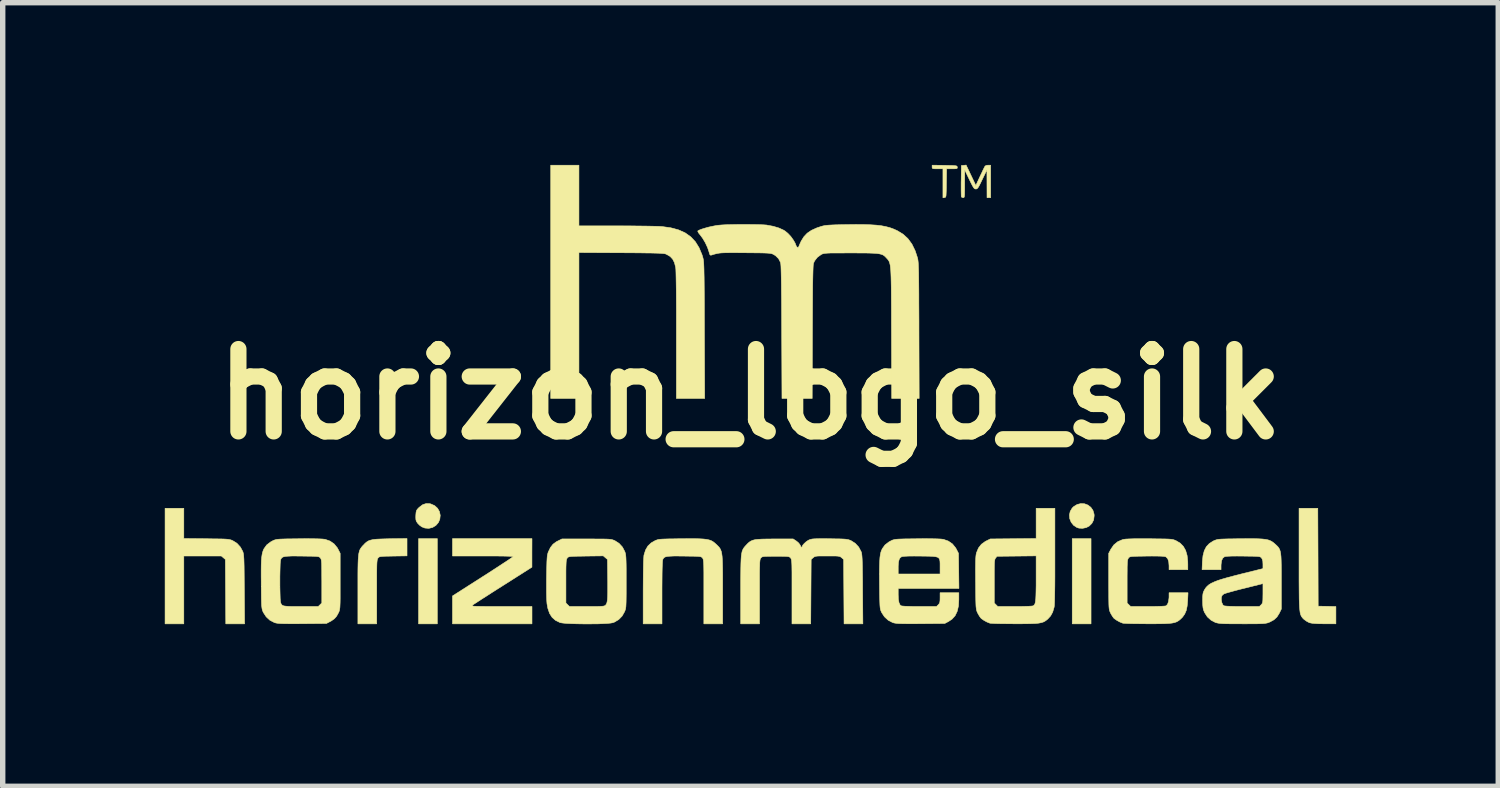
<source format=kicad_pcb>
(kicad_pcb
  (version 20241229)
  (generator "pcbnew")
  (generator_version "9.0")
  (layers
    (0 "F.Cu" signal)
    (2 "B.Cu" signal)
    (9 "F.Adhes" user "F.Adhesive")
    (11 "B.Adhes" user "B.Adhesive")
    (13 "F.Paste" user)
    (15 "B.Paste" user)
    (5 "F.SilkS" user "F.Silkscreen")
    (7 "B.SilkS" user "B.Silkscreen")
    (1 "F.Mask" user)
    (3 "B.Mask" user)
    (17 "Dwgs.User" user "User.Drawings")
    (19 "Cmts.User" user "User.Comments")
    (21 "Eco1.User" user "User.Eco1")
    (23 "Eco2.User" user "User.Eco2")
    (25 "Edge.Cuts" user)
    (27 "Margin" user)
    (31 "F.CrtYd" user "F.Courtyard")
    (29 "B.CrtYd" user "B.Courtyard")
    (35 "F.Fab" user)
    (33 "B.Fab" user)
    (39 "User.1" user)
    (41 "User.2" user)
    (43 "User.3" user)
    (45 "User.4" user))
  (footprint "horizon_logo_silk"
    (layer "F.Cu")
    (at 10.833 4.245)
    (property "Reference" "horizon_logo_silk" (at 0 0 0) (layer "F.SilkS") (effects (font (size 1.524 1.524) (thickness 0.3))))
    (attr through_hole)
    (fp_poly (pts (xy -5.789 4.251) (xy -6.136 4.251) (xy -6.136 2.674) (xy -5.789 2.674) (xy -5.789 4.251)) (stroke (width 0.01) (type solid)) (fill yes) (layer "F.SilkS"))
    (fp_poly (pts (xy 6.31 4.251) (xy 5.962 4.251) (xy 5.962 2.674) (xy 6.31 2.674) (xy 6.31 4.251)) (stroke (width 0.01) (type solid)) (fill yes) (layer "F.SilkS"))
    (fp_poly (pts (xy 6.19 2.029) (xy 6.253 2.053) (xy 6.306 2.094) (xy 6.345 2.15) (xy 6.366 2.22) (xy 6.368 2.25) (xy 6.358 2.328) (xy 6.326 2.391) (xy 6.276 2.441) (xy 6.22 2.47) (xy 6.154 2.483) (xy 6.088 2.48) (xy 6.049 2.468) (xy 5.986 2.426) (xy 5.942 2.37) (xy 5.916 2.305) (xy 5.91 2.237) (xy 5.925 2.169) (xy 5.961 2.109) (xy 5.988 2.082) (xy 6.053 2.042) (xy 6.122 2.025) (xy 6.19 2.029)) (stroke (width 0.01) (type solid)) (fill yes) (layer "F.SilkS"))
    (fp_poly (pts (xy -5.928 2.027) (xy -5.91 2.032) (xy -5.839 2.063) (xy -5.785 2.112) (xy -5.75 2.173) (xy -5.735 2.243) (xy -5.743 2.315) (xy -5.768 2.374) (xy -5.816 2.43) (xy -5.877 2.467) (xy -5.947 2.484) (xy -6.019 2.478) (xy -6.076 2.456) (xy -6.117 2.426) (xy -6.154 2.388) (xy -6.16 2.379) (xy -6.178 2.35) (xy -6.186 2.32) (xy -6.188 2.28) (xy -6.187 2.241) (xy -6.183 2.192) (xy -6.176 2.159) (xy -6.161 2.133) (xy -6.135 2.105) (xy -6.122 2.093) (xy -6.06 2.046) (xy -5.996 2.025) (xy -5.928 2.027)) (stroke (width 0.01) (type solid)) (fill yes) (layer "F.SilkS"))
    (fp_poly (pts (xy 10.511 3.018) (xy 10.514 3.924) (xy 10.678 3.927) (xy 10.842 3.931) (xy 10.842 4.251) (xy 10.625 4.25) (xy 10.528 4.249) (xy 10.454 4.245) (xy 10.4 4.24) (xy 10.36 4.232) (xy 10.349 4.229) (xy 10.303 4.205) (xy 10.257 4.173) (xy 10.246 4.163) (xy 10.23 4.147) (xy 10.217 4.131) (xy 10.205 4.114) (xy 10.195 4.094) (xy 10.186 4.068) (xy 10.179 4.036) (xy 10.174 3.994) (xy 10.169 3.942) (xy 10.166 3.877) (xy 10.163 3.797) (xy 10.162 3.7) (xy 10.161 3.585) (xy 10.16 3.45) (xy 10.16 3.292) (xy 10.16 3.11) (xy 10.16 2.112) (xy 10.507 2.112) (xy 10.511 3.018)) (stroke (width 0.01) (type solid)) (fill yes) (layer "F.SilkS"))
    (fp_poly (pts (xy 3.599 -4.235) (xy 3.683 -4.233) (xy 3.743 -4.232) (xy 3.785 -4.229) (xy 3.811 -4.226) (xy 3.825 -4.221) (xy 3.832 -4.213) (xy 3.834 -4.202) (xy 3.834 -4.201) (xy 3.835 -4.186) (xy 3.828 -4.177) (xy 3.808 -4.172) (xy 3.77 -4.171) (xy 3.738 -4.171) (xy 3.637 -4.171) (xy 3.633 -3.907) (xy 3.632 -3.817) (xy 3.63 -3.75) (xy 3.628 -3.703) (xy 3.626 -3.672) (xy 3.621 -3.653) (xy 3.615 -3.644) (xy 3.606 -3.64) (xy 3.599 -3.639) (xy 3.569 -3.634) (xy 3.569 -4.171) (xy 3.469 -4.171) (xy 3.418 -4.171) (xy 3.388 -4.174) (xy 3.374 -4.18) (xy 3.369 -4.193) (xy 3.369 -4.205) (xy 3.369 -4.238) (xy 3.599 -4.235)) (stroke (width 0.01) (type solid)) (fill yes) (layer "F.SilkS"))
    (fp_poly (pts (xy -10.481 2.672) (xy -10.063 2.676) (xy -9.946 2.678) (xy -9.853 2.679) (xy -9.78 2.68) (xy -9.723 2.682) (xy -9.681 2.685) (xy -9.649 2.689) (xy -9.624 2.694) (xy -9.603 2.7) (xy -9.584 2.708) (xy -9.575 2.712) (xy -9.497 2.761) (xy -9.434 2.83) (xy -9.389 2.913) (xy -9.384 2.929) (xy -9.379 2.949) (xy -9.375 2.975) (xy -9.372 3.009) (xy -9.369 3.054) (xy -9.367 3.112) (xy -9.365 3.185) (xy -9.364 3.277) (xy -9.363 3.389) (xy -9.362 3.524) (xy -9.361 3.613) (xy -9.356 4.251) (xy -9.704 4.251) (xy -9.712 3.059) (xy -9.787 2.995) (xy -10.481 2.995) (xy -10.481 4.251) (xy -10.828 4.251) (xy -10.828 2.112) (xy -10.481 2.112) (xy -10.481 2.672)) (stroke (width 0.01) (type solid)) (fill yes) (layer "F.SilkS"))
    (fp_poly (pts (xy -6.35 2.993) (xy -6.605 2.997) (xy -6.694 2.999) (xy -6.76 3) (xy -6.806 3.003) (xy -6.838 3.006) (xy -6.859 3.011) (xy -6.872 3.018) (xy -6.882 3.028) (xy -6.886 3.033) (xy -6.892 3.041) (xy -6.897 3.053) (xy -6.901 3.069) (xy -6.904 3.092) (xy -6.907 3.125) (xy -6.909 3.171) (xy -6.91 3.231) (xy -6.911 3.308) (xy -6.911 3.405) (xy -6.911 3.524) (xy -6.911 3.658) (xy -6.911 4.251) (xy -7.259 4.251) (xy -7.259 3.625) (xy -7.259 3.468) (xy -7.259 3.335) (xy -7.258 3.224) (xy -7.256 3.132) (xy -7.253 3.058) (xy -7.248 2.998) (xy -7.242 2.95) (xy -7.233 2.912) (xy -7.223 2.882) (xy -7.209 2.857) (xy -7.193 2.834) (xy -7.174 2.811) (xy -7.161 2.798) (xy -7.129 2.764) (xy -7.099 2.738) (xy -7.066 2.717) (xy -7.028 2.703) (xy -6.981 2.692) (xy -6.921 2.685) (xy -6.843 2.681) (xy -6.746 2.678) (xy -6.668 2.676) (xy -6.35 2.672) (xy -6.35 2.993)) (stroke (width 0.01) (type solid)) (fill yes) (layer "F.SilkS"))
    (fp_poly (pts (xy -4.038 2.938) (xy -4.038 3.202) (xy -4.575 3.543) (xy -4.684 3.612) (xy -4.786 3.677) (xy -4.88 3.738) (xy -4.964 3.791) (xy -5.033 3.836) (xy -5.087 3.871) (xy -5.124 3.895) (xy -5.139 3.906) (xy -5.145 3.912) (xy -5.145 3.917) (xy -5.139 3.92) (xy -5.122 3.923) (xy -5.094 3.926) (xy -5.052 3.927) (xy -4.993 3.928) (xy -4.916 3.929) (xy -4.818 3.93) (xy -4.698 3.93) (xy -4.602 3.93) (xy -4.037 3.93) (xy -4.037 4.251) (xy -5.508 4.251) (xy -5.508 3.735) (xy -4.946 3.376) (xy -4.836 3.306) (xy -4.733 3.239) (xy -4.639 3.178) (xy -4.557 3.124) (xy -4.488 3.079) (xy -4.435 3.043) (xy -4.4 3.018) (xy -4.385 3.007) (xy -4.385 3.006) (xy -4.398 3.003) (xy -4.435 3.001) (xy -4.493 2.999) (xy -4.569 2.997) (xy -4.662 2.996) (xy -4.767 2.995) (xy -4.882 2.995) (xy -4.946 2.995) (xy -5.508 2.995) (xy -5.508 2.674) (xy -4.037 2.674) (xy -4.038 2.938)) (stroke (width 0.01) (type solid)) (fill yes) (layer "F.SilkS"))
    (fp_poly (pts (xy 4.088 -4.051) (xy 4.178 -3.862) (xy 4.257 -4.033) (xy 4.287 -4.096) (xy 4.313 -4.152) (xy 4.334 -4.194) (xy 4.347 -4.218) (xy 4.349 -4.221) (xy 4.37 -4.233) (xy 4.404 -4.238) (xy 4.407 -4.238) (xy 4.452 -4.238) (xy 4.452 -3.636) (xy 4.385 -3.636) (xy 4.384 -3.894) (xy 4.383 -4.151) (xy 4.297 -3.974) (xy 4.264 -3.905) (xy 4.239 -3.856) (xy 4.22 -3.824) (xy 4.205 -3.807) (xy 4.191 -3.798) (xy 4.177 -3.797) (xy 4.163 -3.799) (xy 4.149 -3.807) (xy 4.134 -3.826) (xy 4.115 -3.858) (xy 4.09 -3.907) (xy 4.057 -3.974) (xy 3.972 -4.151) (xy 3.971 -3.894) (xy 3.971 -3.805) (xy 3.97 -3.739) (xy 3.969 -3.693) (xy 3.966 -3.663) (xy 3.962 -3.646) (xy 3.955 -3.639) (xy 3.947 -3.636) (xy 3.943 -3.636) (xy 3.918 -3.644) (xy 3.91 -3.653) (xy 3.908 -3.671) (xy 3.907 -3.712) (xy 3.906 -3.77) (xy 3.906 -3.843) (xy 3.906 -3.926) (xy 3.907 -3.951) (xy 3.91 -4.231) (xy 3.954 -4.235) (xy 3.998 -4.24) (xy 4.088 -4.051)) (stroke (width 0.01) (type solid)) (fill yes) (layer "F.SilkS"))
    (fp_poly (pts (xy -3.168 -3.115) (xy -2.477 -3.115) (xy -2.337 -3.114) (xy -2.201 -3.114) (xy -2.071 -3.112) (xy -1.951 -3.111) (xy -1.844 -3.109) (xy -1.754 -3.107) (xy -1.683 -3.105) (xy -1.635 -3.102) (xy -1.63 -3.102) (xy -1.467 -3.079) (xy -1.326 -3.041) (xy -1.203 -2.986) (xy -1.1 -2.913) (xy -1.014 -2.822) (xy -0.945 -2.711) (xy -0.89 -2.58) (xy -0.874 -2.527) (xy -0.87 -2.511) (xy -0.866 -2.492) (xy -0.863 -2.47) (xy -0.86 -2.443) (xy -0.858 -2.408) (xy -0.856 -2.365) (xy -0.854 -2.311) (xy -0.853 -2.245) (xy -0.851 -2.164) (xy -0.85 -2.069) (xy -0.849 -1.955) (xy -0.848 -1.823) (xy -0.847 -1.67) (xy -0.847 -1.494) (xy -0.846 -1.295) (xy -0.846 -1.18) (xy -0.841 0.08) (xy -1.364 0.08) (xy -1.364 -1.094) (xy -1.364 -1.337) (xy -1.364 -1.553) (xy -1.365 -1.743) (xy -1.366 -1.907) (xy -1.368 -2.045) (xy -1.37 -2.157) (xy -1.372 -2.244) (xy -1.374 -2.305) (xy -1.377 -2.341) (xy -1.378 -2.347) (xy -1.4 -2.434) (xy -1.433 -2.499) (xy -1.48 -2.549) (xy -1.544 -2.586) (xy -1.564 -2.595) (xy -1.579 -2.599) (xy -1.603 -2.602) (xy -1.639 -2.605) (xy -1.687 -2.608) (xy -1.751 -2.61) (xy -1.831 -2.612) (xy -1.931 -2.613) (xy -2.05 -2.615) (xy -2.193 -2.616) (xy -2.36 -2.617) (xy -2.39 -2.617) (xy -3.168 -2.621) (xy -3.168 0.08) (xy -3.69 0.08) (xy -3.69 -4.238) (xy -3.168 -4.238) (xy -3.168 -3.115)) (stroke (width 0.01) (type solid)) (fill yes) (layer "F.SilkS"))
    (fp_poly (pts (xy -1.029 2.675) (xy -0.938 2.677) (xy -0.865 2.681) (xy -0.806 2.688) (xy -0.759 2.698) (xy -0.721 2.711) (xy -0.688 2.729) (xy -0.658 2.752) (xy -0.627 2.78) (xy -0.62 2.786) (xy -0.596 2.81) (xy -0.575 2.832) (xy -0.558 2.855) (xy -0.545 2.881) (xy -0.533 2.913) (xy -0.525 2.952) (xy -0.518 3.002) (xy -0.514 3.064) (xy -0.511 3.141) (xy -0.509 3.236) (xy -0.508 3.351) (xy -0.508 3.488) (xy -0.508 3.625) (xy -0.508 4.251) (xy -0.856 4.251) (xy -0.856 3.658) (xy -0.856 3.516) (xy -0.856 3.399) (xy -0.856 3.303) (xy -0.857 3.227) (xy -0.858 3.168) (xy -0.86 3.123) (xy -0.863 3.09) (xy -0.866 3.067) (xy -0.87 3.052) (xy -0.875 3.041) (xy -0.881 3.033) (xy -0.89 3.023) (xy -0.9 3.015) (xy -0.915 3.009) (xy -0.939 3.005) (xy -0.975 3.002) (xy -1.025 3) (xy -1.095 2.999) (xy -1.187 2.998) (xy -1.218 2.997) (xy -1.328 2.996) (xy -1.415 2.996) (xy -1.481 2.999) (xy -1.53 3.003) (xy -1.565 3.011) (xy -1.588 3.022) (xy -1.603 3.037) (xy -1.614 3.056) (xy -1.617 3.065) (xy -1.621 3.09) (xy -1.624 3.141) (xy -1.627 3.218) (xy -1.629 3.319) (xy -1.63 3.443) (xy -1.631 3.591) (xy -1.631 3.678) (xy -1.631 4.251) (xy -1.979 4.251) (xy -1.979 3.65) (xy -1.978 3.479) (xy -1.977 3.332) (xy -1.975 3.208) (xy -1.973 3.11) (xy -1.969 3.038) (xy -1.966 2.991) (xy -1.964 2.978) (xy -1.935 2.885) (xy -1.892 2.811) (xy -1.831 2.753) (xy -1.758 2.711) (xy -1.738 2.703) (xy -1.719 2.696) (xy -1.696 2.69) (xy -1.666 2.686) (xy -1.627 2.683) (xy -1.576 2.681) (xy -1.508 2.679) (xy -1.42 2.678) (xy -1.31 2.676) (xy -1.277 2.676) (xy -1.141 2.675) (xy -1.029 2.675)) (stroke (width 0.01) (type solid)) (fill yes) (layer "F.SilkS"))
    (fp_poly (pts (xy 5.641 2.994) (xy 5.641 3.201) (xy 5.641 3.382) (xy 5.64 3.537) (xy 5.638 3.667) (xy 5.636 3.772) (xy 5.634 3.852) (xy 5.631 3.909) (xy 5.627 3.943) (xy 5.626 3.946) (xy 5.6 4.034) (xy 5.562 4.104) (xy 5.51 4.161) (xy 5.482 4.184) (xy 5.455 4.203) (xy 5.425 4.218) (xy 5.388 4.229) (xy 5.343 4.238) (xy 5.285 4.244) (xy 5.212 4.247) (xy 5.121 4.249) (xy 5.009 4.25) (xy 4.894 4.25) (xy 4.789 4.249) (xy 4.691 4.248) (xy 4.604 4.247) (xy 4.532 4.245) (xy 4.478 4.242) (xy 4.445 4.24) (xy 4.438 4.239) (xy 4.383 4.217) (xy 4.328 4.187) (xy 4.282 4.155) (xy 4.269 4.142) (xy 4.246 4.111) (xy 4.221 4.068) (xy 4.208 4.044) (xy 4.2 4.026) (xy 4.194 4.008) (xy 4.189 3.987) (xy 4.185 3.96) (xy 4.181 3.925) (xy 4.179 3.878) (xy 4.177 3.816) (xy 4.176 3.737) (xy 4.175 3.638) (xy 4.174 3.515) (xy 4.174 3.491) (xy 4.173 3.465) (xy 4.519 3.465) (xy 4.519 3.865) (xy 4.584 3.93) (xy 4.9 3.93) (xy 4.995 3.93) (xy 5.08 3.928) (xy 5.15 3.926) (xy 5.203 3.923) (xy 5.234 3.919) (xy 5.24 3.917) (xy 5.254 3.907) (xy 5.266 3.892) (xy 5.275 3.869) (xy 5.282 3.835) (xy 5.287 3.788) (xy 5.29 3.725) (xy 5.292 3.644) (xy 5.294 3.542) (xy 5.294 3.415) (xy 5.294 3.406) (xy 5.294 2.993) (xy 4.57 3.001) (xy 4.544 3.033) (xy 4.537 3.043) (xy 4.531 3.057) (xy 4.527 3.076) (xy 4.523 3.105) (xy 4.521 3.145) (xy 4.52 3.201) (xy 4.519 3.275) (xy 4.519 3.37) (xy 4.519 3.465) (xy 4.173 3.465) (xy 4.173 3.359) (xy 4.172 3.251) (xy 4.173 3.163) (xy 4.174 3.094) (xy 4.176 3.04) (xy 4.179 2.999) (xy 4.183 2.968) (xy 4.188 2.943) (xy 4.19 2.936) (xy 4.227 2.847) (xy 4.282 2.777) (xy 4.356 2.724) (xy 4.367 2.719) (xy 4.445 2.68) (xy 5.294 2.672) (xy 5.294 2.112) (xy 5.641 2.112) (xy 5.641 2.994)) (stroke (width 0.01) (type solid)) (fill yes) (layer "F.SilkS"))
    (fp_poly (pts (xy 3.356 2.676) (xy 3.452 2.678) (xy 3.524 2.681) (xy 3.57 2.686) (xy 3.577 2.687) (xy 3.668 2.719) (xy 3.745 2.772) (xy 3.804 2.845) (xy 3.817 2.868) (xy 3.857 2.946) (xy 3.861 3.271) (xy 3.865 3.596) (xy 2.741 3.596) (xy 2.741 3.708) (xy 2.744 3.796) (xy 2.756 3.86) (xy 2.776 3.902) (xy 2.795 3.917) (xy 2.815 3.921) (xy 2.859 3.925) (xy 2.922 3.927) (xy 3.001 3.929) (xy 3.092 3.93) (xy 3.135 3.93) (xy 3.45 3.93) (xy 3.483 3.898) (xy 3.501 3.876) (xy 3.511 3.852) (xy 3.515 3.816) (xy 3.516 3.771) (xy 3.516 3.676) (xy 3.863 3.676) (xy 3.863 3.801) (xy 3.856 3.921) (xy 3.833 4.02) (xy 3.794 4.101) (xy 3.737 4.164) (xy 3.673 4.207) (xy 3.603 4.244) (xy 3.155 4.248) (xy 3.032 4.249) (xy 2.933 4.249) (xy 2.854 4.248) (xy 2.792 4.247) (xy 2.745 4.245) (xy 2.709 4.242) (xy 2.681 4.238) (xy 2.657 4.233) (xy 2.636 4.226) (xy 2.636 4.226) (xy 2.556 4.184) (xy 2.487 4.121) (xy 2.435 4.042) (xy 2.431 4.032) (xy 2.422 4.013) (xy 2.415 3.993) (xy 2.41 3.971) (xy 2.406 3.943) (xy 2.403 3.906) (xy 2.401 3.856) (xy 2.399 3.791) (xy 2.397 3.708) (xy 2.396 3.604) (xy 2.395 3.516) (xy 2.394 3.376) (xy 2.394 3.259) (xy 2.395 3.217) (xy 2.741 3.217) (xy 2.741 3.329) (xy 3.516 3.329) (xy 3.516 3.197) (xy 3.516 3.139) (xy 3.514 3.093) (xy 3.508 3.059) (xy 3.494 3.035) (xy 3.47 3.018) (xy 3.432 3.008) (xy 3.378 3.002) (xy 3.304 2.999) (xy 3.208 2.998) (xy 3.154 2.997) (xy 3.034 2.996) (xy 2.94 2.997) (xy 2.871 3) (xy 2.825 3.004) (xy 2.806 3.008) (xy 2.777 3.028) (xy 2.758 3.061) (xy 2.746 3.111) (xy 2.741 3.182) (xy 2.741 3.217) (xy 2.395 3.217) (xy 2.396 3.163) (xy 2.399 3.086) (xy 2.403 3.023) (xy 2.41 2.973) (xy 2.419 2.931) (xy 2.43 2.896) (xy 2.445 2.865) (xy 2.446 2.861) (xy 2.497 2.791) (xy 2.569 2.735) (xy 2.614 2.711) (xy 2.633 2.702) (xy 2.653 2.696) (xy 2.676 2.69) (xy 2.705 2.686) (xy 2.744 2.683) (xy 2.796 2.681) (xy 2.864 2.679) (xy 2.952 2.678) (xy 3.062 2.677) (xy 3.093 2.676) (xy 3.236 2.675) (xy 3.356 2.676)) (stroke (width 0.01) (type solid)) (fill yes) (layer "F.SilkS"))
    (fp_poly (pts (xy 7.368 2.676) (xy 7.402 2.676) (xy 7.518 2.678) (xy 7.611 2.679) (xy 7.683 2.68) (xy 7.739 2.682) (xy 7.781 2.685) (xy 7.812 2.689) (xy 7.836 2.694) (xy 7.856 2.701) (xy 7.876 2.709) (xy 7.881 2.711) (xy 7.959 2.757) (xy 8.018 2.817) (xy 8.061 2.893) (xy 8.088 2.986) (xy 8.1 3.1) (xy 8.101 3.149) (xy 8.101 3.249) (xy 7.754 3.249) (xy 7.754 3.177) (xy 7.748 3.101) (xy 7.73 3.047) (xy 7.7 3.015) (xy 7.688 3.008) (xy 7.661 3.003) (xy 7.611 2.999) (xy 7.536 2.997) (xy 7.437 2.996) (xy 7.34 2.997) (xy 7.241 2.999) (xy 7.166 3) (xy 7.11 3.002) (xy 7.07 3.004) (xy 7.044 3.008) (xy 7.026 3.013) (xy 7.015 3.02) (xy 7.006 3.03) (xy 7.004 3.033) (xy 6.997 3.043) (xy 6.991 3.057) (xy 6.986 3.076) (xy 6.983 3.105) (xy 6.981 3.145) (xy 6.979 3.201) (xy 6.979 3.275) (xy 6.978 3.37) (xy 6.978 3.465) (xy 6.978 3.865) (xy 7.011 3.898) (xy 7.044 3.93) (xy 7.36 3.93) (xy 7.455 3.93) (xy 7.54 3.928) (xy 7.61 3.926) (xy 7.663 3.923) (xy 7.694 3.919) (xy 7.7 3.917) (xy 7.726 3.889) (xy 7.744 3.839) (xy 7.753 3.772) (xy 7.754 3.748) (xy 7.754 3.676) (xy 8.105 3.676) (xy 8.098 3.82) (xy 8.089 3.922) (xy 8.072 4.004) (xy 8.043 4.071) (xy 8.003 4.127) (xy 7.974 4.156) (xy 7.946 4.181) (xy 7.919 4.2) (xy 7.889 4.216) (xy 7.853 4.228) (xy 7.809 4.237) (xy 7.753 4.243) (xy 7.682 4.247) (xy 7.593 4.249) (xy 7.484 4.25) (xy 7.354 4.25) (xy 7.248 4.249) (xy 7.151 4.248) (xy 7.064 4.247) (xy 6.992 4.245) (xy 6.938 4.242) (xy 6.905 4.24) (xy 6.898 4.239) (xy 6.843 4.217) (xy 6.788 4.187) (xy 6.742 4.155) (xy 6.728 4.142) (xy 6.706 4.111) (xy 6.68 4.068) (xy 6.668 4.044) (xy 6.66 4.026) (xy 6.654 4.009) (xy 6.649 3.989) (xy 6.645 3.965) (xy 6.642 3.931) (xy 6.64 3.888) (xy 6.639 3.83) (xy 6.638 3.756) (xy 6.638 3.662) (xy 6.637 3.546) (xy 6.637 3.461) (xy 6.637 2.946) (xy 6.678 2.868) (xy 6.732 2.79) (xy 6.804 2.731) (xy 6.892 2.693) (xy 6.917 2.687) (xy 6.957 2.682) (xy 7.024 2.679) (xy 7.115 2.676) (xy 7.23 2.676) (xy 7.368 2.676)) (stroke (width 0.01) (type solid)) (fill yes) (layer "F.SilkS"))
    (fp_poly (pts (xy -2.906 2.68) (xy -2.807 2.681) (xy -2.729 2.681) (xy -2.669 2.682) (xy -2.623 2.684) (xy -2.588 2.687) (xy -2.562 2.691) (xy -2.541 2.697) (xy -2.522 2.704) (xy -2.503 2.712) (xy -2.503 2.712) (xy -2.425 2.762) (xy -2.362 2.831) (xy -2.318 2.916) (xy -2.317 2.92) (xy -2.31 2.94) (xy -2.305 2.964) (xy -2.301 2.993) (xy -2.298 3.032) (xy -2.296 3.082) (xy -2.294 3.147) (xy -2.293 3.23) (xy -2.293 3.333) (xy -2.293 3.461) (xy -2.293 3.469) (xy -2.293 3.595) (xy -2.293 3.698) (xy -2.294 3.78) (xy -2.295 3.844) (xy -2.297 3.893) (xy -2.299 3.931) (xy -2.303 3.96) (xy -2.308 3.983) (xy -2.314 4.003) (xy -2.322 4.023) (xy -2.323 4.026) (xy -2.369 4.107) (xy -2.432 4.172) (xy -2.509 4.218) (xy -2.541 4.23) (xy -2.58 4.237) (xy -2.64 4.243) (xy -2.718 4.247) (xy -2.809 4.251) (xy -2.909 4.252) (xy -3.014 4.253) (xy -3.12 4.252) (xy -3.221 4.25) (xy -3.315 4.247) (xy -3.397 4.243) (xy -3.463 4.237) (xy -3.508 4.23) (xy -3.519 4.227) (xy -3.601 4.187) (xy -3.664 4.132) (xy -3.711 4.059) (xy -3.743 3.966) (xy -3.759 3.88) (xy -3.763 3.829) (xy -3.766 3.756) (xy -3.768 3.664) (xy -3.768 3.557) (xy -3.768 3.465) (xy -3.409 3.465) (xy -3.409 3.865) (xy -3.376 3.898) (xy -3.343 3.93) (xy -3.022 3.93) (xy -2.92 3.93) (xy -2.842 3.93) (xy -2.784 3.928) (xy -2.743 3.926) (xy -2.714 3.923) (xy -2.695 3.918) (xy -2.683 3.912) (xy -2.675 3.905) (xy -2.663 3.889) (xy -2.653 3.869) (xy -2.646 3.84) (xy -2.64 3.801) (xy -2.637 3.747) (xy -2.635 3.677) (xy -2.635 3.587) (xy -2.635 3.475) (xy -2.636 3.411) (xy -2.64 3.059) (xy -2.679 3.026) (xy -2.717 2.993) (xy -3.037 2.997) (xy -3.138 2.999) (xy -3.215 3) (xy -3.273 3.002) (xy -3.313 3.004) (xy -3.341 3.008) (xy -3.359 3.013) (xy -3.371 3.019) (xy -3.38 3.028) (xy -3.383 3.033) (xy -3.391 3.043) (xy -3.396 3.057) (xy -3.401 3.076) (xy -3.404 3.105) (xy -3.406 3.145) (xy -3.408 3.201) (xy -3.409 3.275) (xy -3.409 3.37) (xy -3.409 3.465) (xy -3.768 3.465) (xy -3.768 3.439) (xy -3.767 3.376) (xy -3.765 3.262) (xy -3.763 3.172) (xy -3.761 3.101) (xy -3.758 3.047) (xy -3.755 3.006) (xy -3.75 2.974) (xy -3.744 2.949) (xy -3.737 2.926) (xy -3.733 2.917) (xy -3.695 2.838) (xy -3.648 2.778) (xy -3.588 2.733) (xy -3.559 2.718) (xy -3.482 2.68) (xy -3.028 2.68) (xy -2.906 2.68)) (stroke (width 0.01) (type solid)) (fill yes) (layer "F.SilkS"))
    (fp_poly (pts (xy 1.382 2.675) (xy 1.478 2.676) (xy 1.58 2.678) (xy 1.658 2.679) (xy 1.718 2.681) (xy 1.762 2.684) (xy 1.796 2.689) (xy 1.822 2.694) (xy 1.845 2.702) (xy 1.869 2.712) (xy 1.946 2.761) (xy 2.01 2.83) (xy 2.054 2.913) (xy 2.06 2.929) (xy 2.064 2.949) (xy 2.068 2.975) (xy 2.071 3.009) (xy 2.074 3.054) (xy 2.076 3.112) (xy 2.078 3.185) (xy 2.079 3.277) (xy 2.081 3.389) (xy 2.082 3.524) (xy 2.082 3.613) (xy 2.087 4.251) (xy 1.739 4.251) (xy 1.735 3.655) (xy 1.731 3.059) (xy 1.694 3.027) (xy 1.679 3.015) (xy 1.663 3.006) (xy 1.643 3.001) (xy 1.613 2.997) (xy 1.568 2.995) (xy 1.506 2.995) (xy 1.43 2.995) (xy 1.348 2.995) (xy 1.287 2.995) (xy 1.245 2.997) (xy 1.216 3.001) (xy 1.196 3.007) (xy 1.18 3.016) (xy 1.167 3.027) (xy 1.13 3.059) (xy 1.122 4.251) (xy 0.775 4.251) (xy 0.775 3.658) (xy 0.775 3.516) (xy 0.775 3.399) (xy 0.775 3.303) (xy 0.774 3.227) (xy 0.773 3.168) (xy 0.771 3.123) (xy 0.768 3.09) (xy 0.765 3.068) (xy 0.761 3.052) (xy 0.756 3.041) (xy 0.75 3.033) (xy 0.74 3.022) (xy 0.729 3.014) (xy 0.712 3.008) (xy 0.686 3.004) (xy 0.646 3.002) (xy 0.589 3.001) (xy 0.51 3.001) (xy 0.475 3.001) (xy 0.387 3.001) (xy 0.322 3.002) (xy 0.277 3.003) (xy 0.246 3.006) (xy 0.226 3.011) (xy 0.213 3.018) (xy 0.203 3.028) (xy 0.199 3.033) (xy 0.193 3.041) (xy 0.188 3.053) (xy 0.184 3.069) (xy 0.181 3.092) (xy 0.178 3.125) (xy 0.177 3.171) (xy 0.175 3.231) (xy 0.174 3.308) (xy 0.174 3.405) (xy 0.174 3.523) (xy 0.174 3.658) (xy 0.174 4.251) (xy -0.174 4.251) (xy -0.174 3.625) (xy -0.174 3.468) (xy -0.173 3.335) (xy -0.172 3.224) (xy -0.17 3.132) (xy -0.167 3.058) (xy -0.163 2.998) (xy -0.156 2.95) (xy -0.148 2.912) (xy -0.137 2.882) (xy -0.124 2.857) (xy -0.108 2.834) (xy -0.088 2.811) (xy -0.076 2.798) (xy -0.045 2.765) (xy -0.016 2.739) (xy 0.015 2.719) (xy 0.05 2.704) (xy 0.094 2.693) (xy 0.149 2.687) (xy 0.22 2.683) (xy 0.31 2.681) (xy 0.422 2.68) (xy 0.449 2.68) (xy 0.797 2.68) (xy 0.855 2.718) (xy 0.892 2.748) (xy 0.919 2.781) (xy 0.927 2.795) (xy 0.941 2.823) (xy 0.954 2.835) (xy 0.962 2.827) (xy 0.963 2.821) (xy 0.973 2.797) (xy 1 2.766) (xy 1.036 2.733) (xy 1.075 2.706) (xy 1.101 2.694) (xy 1.123 2.687) (xy 1.15 2.681) (xy 1.186 2.678) (xy 1.234 2.676) (xy 1.298 2.675) (xy 1.382 2.675)) (stroke (width 0.01) (type solid)) (fill yes) (layer "F.SilkS"))
    (fp_poly (pts (xy -8.087 2.676) (xy -7.991 2.678) (xy -7.919 2.681) (xy -7.873 2.686) (xy -7.866 2.687) (xy -7.775 2.719) (xy -7.699 2.772) (xy -7.639 2.845) (xy -7.627 2.868) (xy -7.587 2.946) (xy -7.587 3.461) (xy -7.587 3.592) (xy -7.587 3.7) (xy -7.587 3.786) (xy -7.588 3.853) (xy -7.59 3.905) (xy -7.592 3.945) (xy -7.596 3.975) (xy -7.6 3.997) (xy -7.605 4.016) (xy -7.612 4.033) (xy -7.617 4.044) (xy -7.653 4.109) (xy -7.694 4.156) (xy -7.75 4.196) (xy -7.774 4.209) (xy -7.841 4.244) (xy -8.288 4.248) (xy -8.411 4.249) (xy -8.511 4.249) (xy -8.59 4.248) (xy -8.651 4.247) (xy -8.698 4.245) (xy -8.735 4.242) (xy -8.763 4.238) (xy -8.786 4.233) (xy -8.807 4.226) (xy -8.807 4.226) (xy -8.888 4.184) (xy -8.956 4.121) (xy -9.008 4.042) (xy -9.013 4.032) (xy -9.021 4.013) (xy -9.028 3.993) (xy -9.033 3.971) (xy -9.037 3.943) (xy -9.041 3.906) (xy -9.043 3.856) (xy -9.045 3.791) (xy -9.046 3.708) (xy -9.047 3.604) (xy -9.048 3.516) (xy -9.048 3.465) (xy -8.703 3.465) (xy -8.703 3.557) (xy -8.701 3.644) (xy -8.699 3.723) (xy -8.697 3.788) (xy -8.693 3.835) (xy -8.689 3.859) (xy -8.68 3.881) (xy -8.67 3.897) (xy -8.654 3.91) (xy -8.63 3.919) (xy -8.595 3.924) (xy -8.544 3.928) (xy -8.476 3.93) (xy -8.386 3.93) (xy -8.312 3.93) (xy -7.993 3.93) (xy -7.96 3.898) (xy -7.927 3.865) (xy -7.927 3.465) (xy -7.928 3.35) (xy -7.928 3.259) (xy -7.929 3.189) (xy -7.93 3.136) (xy -7.933 3.098) (xy -7.936 3.072) (xy -7.941 3.054) (xy -7.947 3.041) (xy -7.953 3.033) (xy -7.962 3.023) (xy -7.972 3.015) (xy -7.987 3.009) (xy -8.011 3.005) (xy -8.046 3.002) (xy -8.097 3) (xy -8.167 2.999) (xy -8.259 2.998) (xy -8.289 2.997) (xy -8.4 2.996) (xy -8.487 2.996) (xy -8.553 2.999) (xy -8.602 3.003) (xy -8.637 3.011) (xy -8.66 3.022) (xy -8.675 3.037) (xy -8.685 3.056) (xy -8.689 3.065) (xy -8.693 3.091) (xy -8.697 3.139) (xy -8.699 3.205) (xy -8.701 3.284) (xy -8.703 3.372) (xy -8.703 3.465) (xy -9.048 3.465) (xy -9.049 3.376) (xy -9.049 3.259) (xy -9.048 3.163) (xy -9.045 3.086) (xy -9.04 3.023) (xy -9.033 2.973) (xy -9.024 2.931) (xy -9.013 2.896) (xy -8.999 2.865) (xy -8.997 2.861) (xy -8.947 2.791) (xy -8.874 2.735) (xy -8.83 2.711) (xy -8.81 2.702) (xy -8.79 2.696) (xy -8.767 2.69) (xy -8.738 2.686) (xy -8.699 2.683) (xy -8.647 2.681) (xy -8.579 2.679) (xy -8.492 2.678) (xy -8.381 2.677) (xy -8.351 2.676) (xy -8.208 2.675) (xy -8.087 2.676)) (stroke (width 0.01) (type solid)) (fill yes) (layer "F.SilkS"))
    (fp_poly (pts (xy 9.317 2.675) (xy 9.407 2.677) (xy 9.48 2.681) (xy 9.539 2.688) (xy 9.585 2.697) (xy 9.624 2.711) (xy 9.657 2.728) (xy 9.688 2.75) (xy 9.718 2.776) (xy 9.745 2.801) (xy 9.768 2.824) (xy 9.786 2.848) (xy 9.801 2.876) (xy 9.812 2.91) (xy 9.82 2.954) (xy 9.826 3.009) (xy 9.829 3.079) (xy 9.831 3.166) (xy 9.832 3.273) (xy 9.832 3.404) (xy 9.832 3.469) (xy 9.832 3.977) (xy 9.795 4.054) (xy 9.751 4.124) (xy 9.695 4.176) (xy 9.62 4.217) (xy 9.599 4.225) (xy 9.578 4.233) (xy 9.556 4.238) (xy 9.528 4.243) (xy 9.492 4.246) (xy 9.445 4.248) (xy 9.383 4.25) (xy 9.304 4.25) (xy 9.203 4.251) (xy 9.107 4.251) (xy 8.987 4.25) (xy 8.89 4.25) (xy 8.813 4.249) (xy 8.754 4.247) (xy 8.708 4.244) (xy 8.673 4.24) (xy 8.646 4.235) (xy 8.622 4.229) (xy 8.612 4.226) (xy 8.532 4.184) (xy 8.463 4.122) (xy 8.412 4.043) (xy 8.407 4.032) (xy 8.392 3.994) (xy 8.383 3.956) (xy 8.378 3.909) (xy 8.376 3.845) (xy 8.376 3.823) (xy 8.376 3.81) (xy 8.721 3.81) (xy 8.731 3.858) (xy 8.749 3.898) (xy 8.767 3.916) (xy 8.787 3.92) (xy 8.83 3.924) (xy 8.893 3.927) (xy 8.972 3.929) (xy 9.063 3.93) (xy 9.108 3.93) (xy 9.426 3.93) (xy 9.459 3.898) (xy 9.472 3.883) (xy 9.481 3.867) (xy 9.487 3.845) (xy 9.49 3.812) (xy 9.491 3.763) (xy 9.492 3.692) (xy 9.492 3.685) (xy 9.492 3.506) (xy 9.149 3.592) (xy 9.055 3.615) (xy 8.968 3.638) (xy 8.892 3.659) (xy 8.831 3.676) (xy 8.788 3.69) (xy 8.769 3.697) (xy 8.735 3.726) (xy 8.722 3.762) (xy 8.721 3.81) (xy 8.376 3.81) (xy 8.376 3.758) (xy 8.379 3.712) (xy 8.385 3.678) (xy 8.396 3.649) (xy 8.409 3.623) (xy 8.431 3.588) (xy 8.458 3.557) (xy 8.491 3.528) (xy 8.534 3.501) (xy 8.588 3.476) (xy 8.656 3.449) (xy 8.741 3.422) (xy 8.845 3.392) (xy 8.971 3.359) (xy 9.1 3.326) (xy 9.492 3.229) (xy 9.492 3.147) (xy 9.489 3.09) (xy 9.478 3.053) (xy 9.466 3.033) (xy 9.457 3.023) (xy 9.447 3.015) (xy 9.432 3.009) (xy 9.408 3.005) (xy 9.373 3.002) (xy 9.322 3) (xy 9.252 2.999) (xy 9.16 2.998) (xy 9.13 2.997) (xy 9.01 2.996) (xy 8.916 2.997) (xy 8.846 3) (xy 8.801 3.004) (xy 8.782 3.008) (xy 8.748 3.035) (xy 8.726 3.082) (xy 8.717 3.151) (xy 8.716 3.177) (xy 8.716 3.249) (xy 8.365 3.249) (xy 8.371 3.105) (xy 8.382 2.991) (xy 8.406 2.898) (xy 8.444 2.824) (xy 8.498 2.766) (xy 8.569 2.72) (xy 8.588 2.711) (xy 8.608 2.703) (xy 8.628 2.696) (xy 8.651 2.69) (xy 8.68 2.686) (xy 8.719 2.683) (xy 8.771 2.681) (xy 8.839 2.679) (xy 8.926 2.678) (xy 9.036 2.676) (xy 9.07 2.676) (xy 9.205 2.675) (xy 9.317 2.675)) (stroke (width 0.01) (type solid)) (fill yes) (layer "F.SilkS"))
    (fp_poly (pts (xy -0.02 -3.14) (xy 0.082 -3.139) (xy 0.174 -3.137) (xy 0.25 -3.134) (xy 0.306 -3.13) (xy 0.314 -3.128) (xy 0.427 -3.107) (xy 0.531 -3.076) (xy 0.619 -3.036) (xy 0.647 -3.019) (xy 0.699 -2.976) (xy 0.752 -2.92) (xy 0.798 -2.856) (xy 0.833 -2.796) (xy 0.844 -2.766) (xy 0.86 -2.73) (xy 0.879 -2.715) (xy 0.896 -2.721) (xy 0.903 -2.737) (xy 0.913 -2.761) (xy 0.93 -2.8) (xy 0.946 -2.834) (xy 0.995 -2.913) (xy 1.057 -2.979) (xy 1.135 -3.032) (xy 1.234 -3.077) (xy 1.312 -3.103) (xy 1.344 -3.112) (xy 1.376 -3.119) (xy 1.412 -3.124) (xy 1.456 -3.128) (xy 1.512 -3.131) (xy 1.583 -3.134) (xy 1.673 -3.136) (xy 1.786 -3.138) (xy 1.956 -3.14) (xy 2.102 -3.139) (xy 2.227 -3.135) (xy 2.335 -3.128) (xy 2.429 -3.117) (xy 2.511 -3.101) (xy 2.585 -3.082) (xy 2.654 -3.057) (xy 2.721 -3.027) (xy 2.725 -3.025) (xy 2.832 -2.96) (xy 2.921 -2.878) (xy 2.995 -2.777) (xy 3.054 -2.656) (xy 3.091 -2.545) (xy 3.096 -2.527) (xy 3.101 -2.509) (xy 3.105 -2.49) (xy 3.108 -2.468) (xy 3.111 -2.441) (xy 3.113 -2.408) (xy 3.115 -2.367) (xy 3.117 -2.315) (xy 3.119 -2.252) (xy 3.12 -2.176) (xy 3.121 -2.084) (xy 3.122 -1.975) (xy 3.123 -1.848) (xy 3.123 -1.701) (xy 3.124 -1.532) (xy 3.125 -1.338) (xy 3.125 -1.18) (xy 3.129 0.08) (xy 2.621 0.08) (xy 2.617 -1.126) (xy 2.616 -1.341) (xy 2.616 -1.53) (xy 2.615 -1.696) (xy 2.614 -1.841) (xy 2.613 -1.965) (xy 2.611 -2.071) (xy 2.609 -2.161) (xy 2.606 -2.235) (xy 2.603 -2.296) (xy 2.598 -2.346) (xy 2.593 -2.386) (xy 2.586 -2.417) (xy 2.579 -2.442) (xy 2.57 -2.462) (xy 2.56 -2.478) (xy 2.548 -2.494) (xy 2.535 -2.509) (xy 2.525 -2.519) (xy 2.504 -2.542) (xy 2.483 -2.561) (xy 2.46 -2.576) (xy 2.43 -2.588) (xy 2.393 -2.597) (xy 2.345 -2.604) (xy 2.283 -2.608) (xy 2.205 -2.611) (xy 2.108 -2.613) (xy 1.989 -2.613) (xy 1.865 -2.614) (xy 1.737 -2.613) (xy 1.633 -2.613) (xy 1.549 -2.613) (xy 1.484 -2.612) (xy 1.435 -2.61) (xy 1.398 -2.607) (xy 1.371 -2.604) (xy 1.351 -2.599) (xy 1.335 -2.594) (xy 1.32 -2.587) (xy 1.315 -2.584) (xy 1.245 -2.533) (xy 1.194 -2.467) (xy 1.174 -2.423) (xy 1.171 -2.407) (xy 1.168 -2.38) (xy 1.166 -2.339) (xy 1.164 -2.283) (xy 1.162 -2.211) (xy 1.16 -2.122) (xy 1.158 -2.013) (xy 1.157 -1.885) (xy 1.156 -1.735) (xy 1.155 -1.562) (xy 1.154 -1.365) (xy 1.153 -1.146) (xy 1.149 0.08) (xy 0.59 0.08) (xy 0.585 -1.153) (xy 0.584 -1.379) (xy 0.583 -1.58) (xy 0.582 -1.757) (xy 0.58 -1.91) (xy 0.579 -2.041) (xy 0.577 -2.151) (xy 0.575 -2.242) (xy 0.573 -2.314) (xy 0.571 -2.368) (xy 0.568 -2.406) (xy 0.565 -2.429) (xy 0.564 -2.435) (xy 0.528 -2.506) (xy 0.473 -2.561) (xy 0.437 -2.584) (xy 0.421 -2.592) (xy 0.405 -2.598) (xy 0.385 -2.603) (xy 0.359 -2.607) (xy 0.323 -2.61) (xy 0.276 -2.612) (xy 0.213 -2.614) (xy 0.131 -2.615) (xy 0.029 -2.616) (xy -0.087 -2.617) (xy -0.214 -2.618) (xy -0.317 -2.619) (xy -0.4 -2.618) (xy -0.467 -2.617) (xy -0.521 -2.615) (xy -0.565 -2.611) (xy -0.602 -2.605) (xy -0.637 -2.597) (xy -0.672 -2.588) (xy -0.711 -2.575) (xy -0.716 -2.574) (xy -0.733 -2.572) (xy -0.745 -2.583) (xy -0.755 -2.613) (xy -0.76 -2.632) (xy -0.788 -2.715) (xy -0.829 -2.803) (xy -0.877 -2.884) (xy -0.922 -2.945) (xy -0.952 -2.982) (xy -0.967 -3.009) (xy -0.968 -3.021) (xy -0.942 -3.036) (xy -0.896 -3.054) (xy -0.835 -3.073) (xy -0.766 -3.092) (xy -0.693 -3.108) (xy -0.624 -3.121) (xy -0.577 -3.127) (xy -0.516 -3.132) (xy -0.435 -3.136) (xy -0.341 -3.138) (xy -0.236 -3.14) (xy -0.128 -3.141) (xy -0.02 -3.14)) (stroke (width 0.01) (type solid)) (fill yes) (layer "F.SilkS")))
  (gr_rect
    (start -3 -3)
    (end 24.68 11.503)
    (stroke (width 0.1) (type default))
    (fill no)
    (layer "Edge.Cuts")))
</source>
